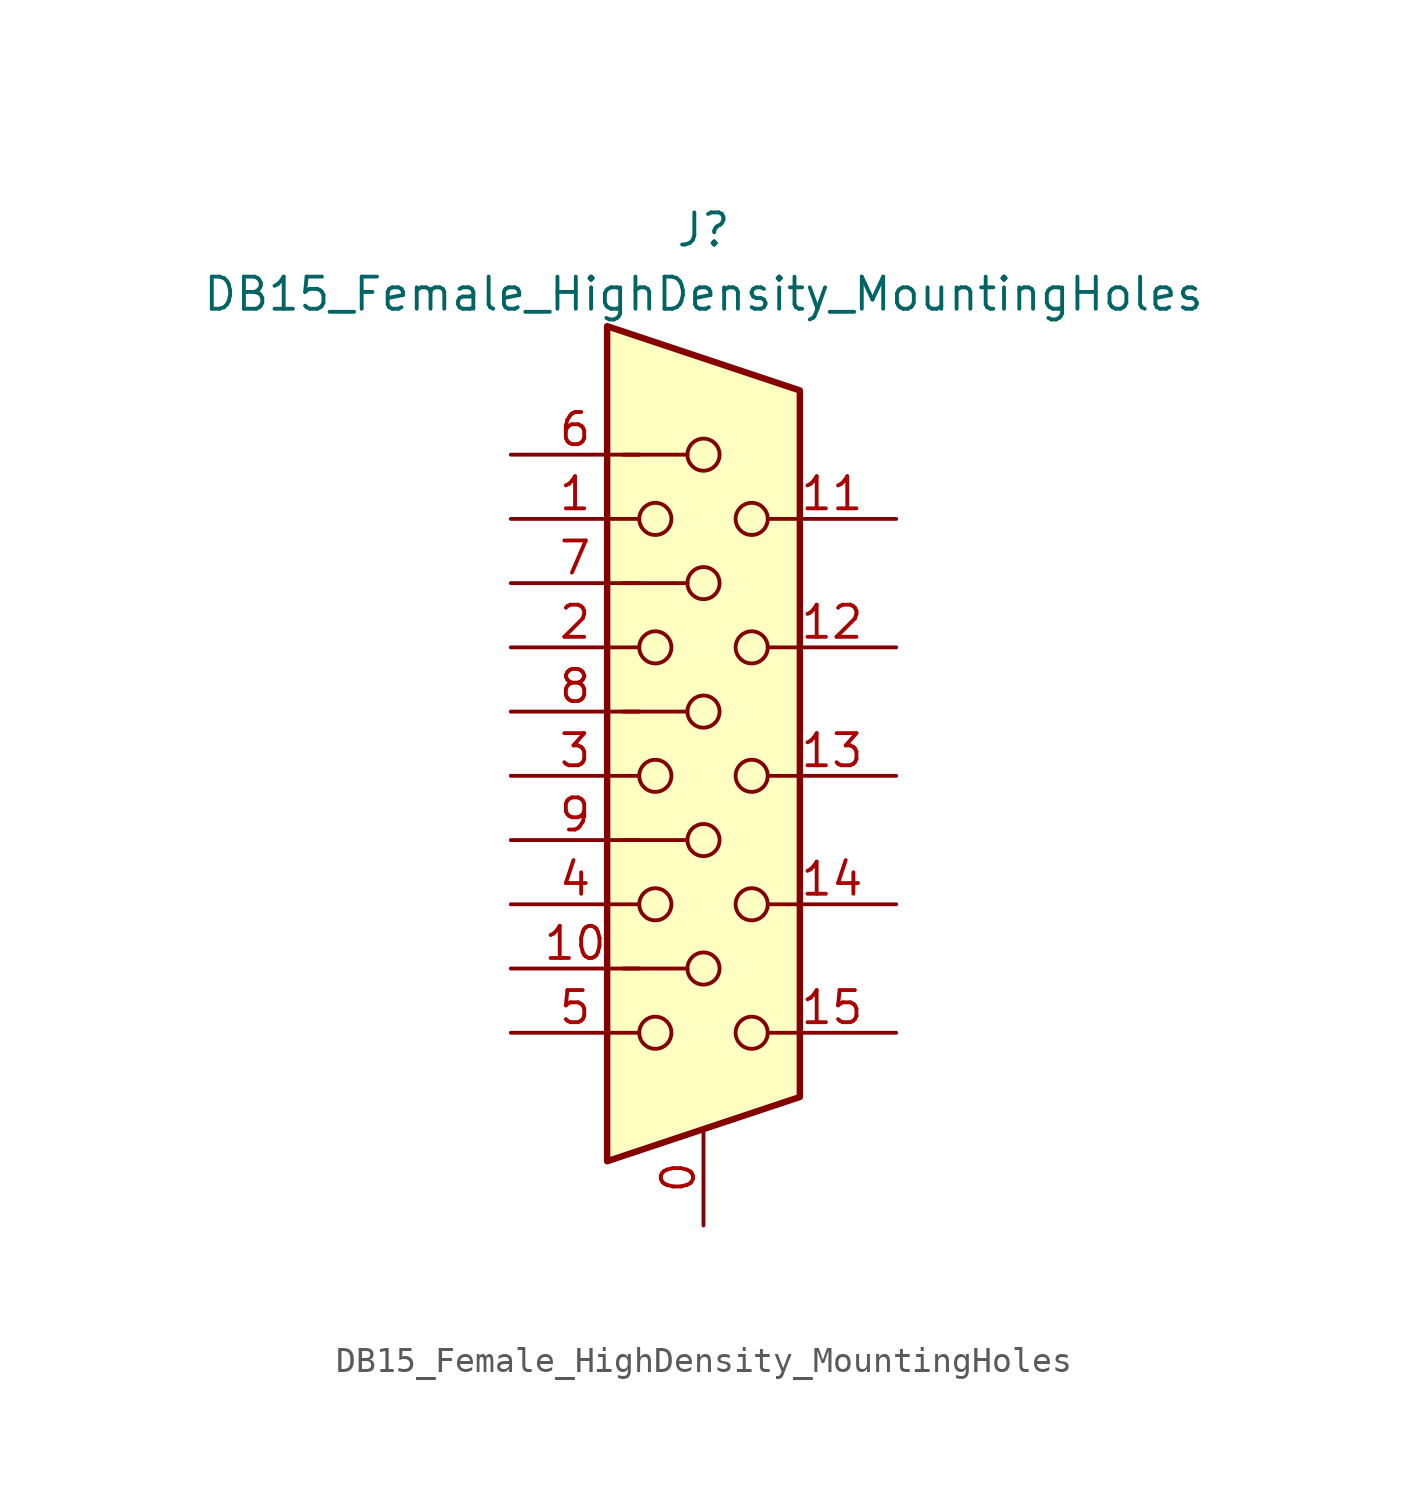
<source format=kicad_sym>
(kicad_symbol_lib
  (version 20220914)
  (generator kicad_symbol_editor)
  (symbol "DB15_Female_HighDensity_MountingHoles"
    (pin_names
      (offset 1.016) hide)
    (property "Reference" "J"
      (at 0 21.59 0)
      (effects (font (size 1.27 1.27))))
    (property "Value" "DB15_Female_HighDensity_MountingHoles"
      (at 0 19.05 0)
      (effects (font (size 1.27 1.27))))
    (symbol "DB15_Female_HighDensity_MountingHoles_0_1"
      (circle (center -1.905 -10.16) (radius 0.635) (stroke (width 0) (type default)) (fill (type none)))
      (circle (center -1.905 -5.08) (radius 0.635) (stroke (width 0) (type default)) (fill (type none)))
      (circle (center -1.905 0) (radius 0.635) (stroke (width 0) (type default)) (fill (type none)))
      (circle (center -1.905 5.08) (radius 0.635) (stroke (width 0) (type default)) (fill (type none)))
      (circle (center -1.905 10.16) (radius 0.635) (stroke (width 0) (type default)) (fill (type none)))
      (circle (center 0 -7.62) (radius 0.635) (stroke (width 0) (type default)) (fill (type none)))
      (circle (center 0 -2.54) (radius 0.635) (stroke (width 0) (type default)) (fill (type none)))
      (polyline (pts (xy -3.175 7.62) (xy -0.635 7.62)) (stroke (width 0) (type default)) (fill (type none)))
      (polyline (pts (xy -0.635 -7.62) (xy -3.175 -7.62)) (stroke (width 0) (type default)) (fill (type none)))
      (polyline (pts (xy -0.635 -2.54) (xy -3.175 -2.54)) (stroke (width 0) (type default)) (fill (type none)))
      (polyline (pts (xy -0.635 2.54) (xy -3.175 2.54)) (stroke (width 0) (type default)) (fill (type none)))
      (polyline (pts (xy -0.635 12.7) (xy -3.175 12.7)) (stroke (width 0) (type default)) (fill (type none)))
      (polyline (pts (xy -3.81 17.78) (xy -3.81 -15.24) (xy 3.81 -12.7) (xy 3.81 15.24) (xy -3.81 17.78)) (stroke (width 0.254) (type default)) (fill (type background)))
      (circle (center 0 2.54) (radius 0.635) (stroke (width 0) (type default)) (fill (type none)))
      (circle (center 0 7.62) (radius 0.635) (stroke (width 0) (type default)) (fill (type none)))
      (circle (center 0 12.7) (radius 0.635) (stroke (width 0) (type default)) (fill (type none)))
      (circle (center 1.905 -10.16) (radius 0.635) (stroke (width 0) (type default)) (fill (type none)))
      (circle (center 1.905 -5.08) (radius 0.635) (stroke (width 0) (type default)) (fill (type none)))
      (circle (center 1.905 0) (radius 0.635) (stroke (width 0) (type default)) (fill (type none)))
      (circle (center 1.905 5.08) (radius 0.635) (stroke (width 0) (type default)) (fill (type none)))
      (circle (center 1.905 10.16) (radius 0.635) (stroke (width 0) (type default)) (fill (type none))))
    (symbol "DB15_Female_HighDensity_MountingHoles_1_1"
      (pin passive line (at 0 -17.78 90) (length 3.81) (name "~" (effects (font (size 1.27 1.27)))) (number "0" (effects (font (size 1.27 1.27)))))
      (pin passive line (at -7.62 10.16 0) (length 5.08) (name "~" (effects (font (size 1.27 1.27)))) (number "1" (effects (font (size 1.27 1.27)))))
      (pin passive line (at -7.62 -7.62 0) (length 5.08) (name "~" (effects (font (size 1.27 1.27)))) (number "10" (effects (font (size 1.27 1.27)))))
      (pin passive line (at 7.62 10.16 180) (length 5.08) (name "~" (effects (font (size 1.27 1.27)))) (number "11" (effects (font (size 1.27 1.27)))))
      (pin passive line (at 7.62 5.08 180) (length 5.08) (name "~" (effects (font (size 1.27 1.27)))) (number "12" (effects (font (size 1.27 1.27)))))
      (pin passive line (at 7.62 0 180) (length 5.08) (name "~" (effects (font (size 1.27 1.27)))) (number "13" (effects (font (size 1.27 1.27)))))
      (pin passive line (at 7.62 -5.08 180) (length 5.08) (name "~" (effects (font (size 1.27 1.27)))) (number "14" (effects (font (size 1.27 1.27)))))
      (pin passive line (at 7.62 -10.16 180) (length 5.08) (name "~" (effects (font (size 1.27 1.27)))) (number "15" (effects (font (size 1.27 1.27)))))
      (pin passive line (at -7.62 5.08 0) (length 5.08) (name "~" (effects (font (size 1.27 1.27)))) (number "2" (effects (font (size 1.27 1.27)))))
      (pin passive line (at -7.62 0 0) (length 5.08) (name "~" (effects (font (size 1.27 1.27)))) (number "3" (effects (font (size 1.27 1.27)))))
      (pin passive line (at -7.62 -5.08 0) (length 5.08) (name "~" (effects (font (size 1.27 1.27)))) (number "4" (effects (font (size 1.27 1.27)))))
      (pin passive line (at -7.62 -10.16 0) (length 5.08) (name "~" (effects (font (size 1.27 1.27)))) (number "5" (effects (font (size 1.27 1.27)))))
      (pin passive line (at -7.62 12.7 0) (length 5.08) (name "~" (effects (font (size 1.27 1.27)))) (number "6" (effects (font (size 1.27 1.27)))))
      (pin passive line (at -7.62 7.62 0) (length 5.08) (name "~" (effects (font (size 1.27 1.27)))) (number "7" (effects (font (size 1.27 1.27)))))
      (pin passive line (at -7.62 2.54 0) (length 5.08) (name "~" (effects (font (size 1.27 1.27)))) (number "8" (effects (font (size 1.27 1.27)))))
      (pin passive line (at -7.62 -2.54 0) (length 5.08) (name "~" (effects (font (size 1.27 1.27)))) (number "9" (effects (font (size 1.27 1.27))))))))
</source>
